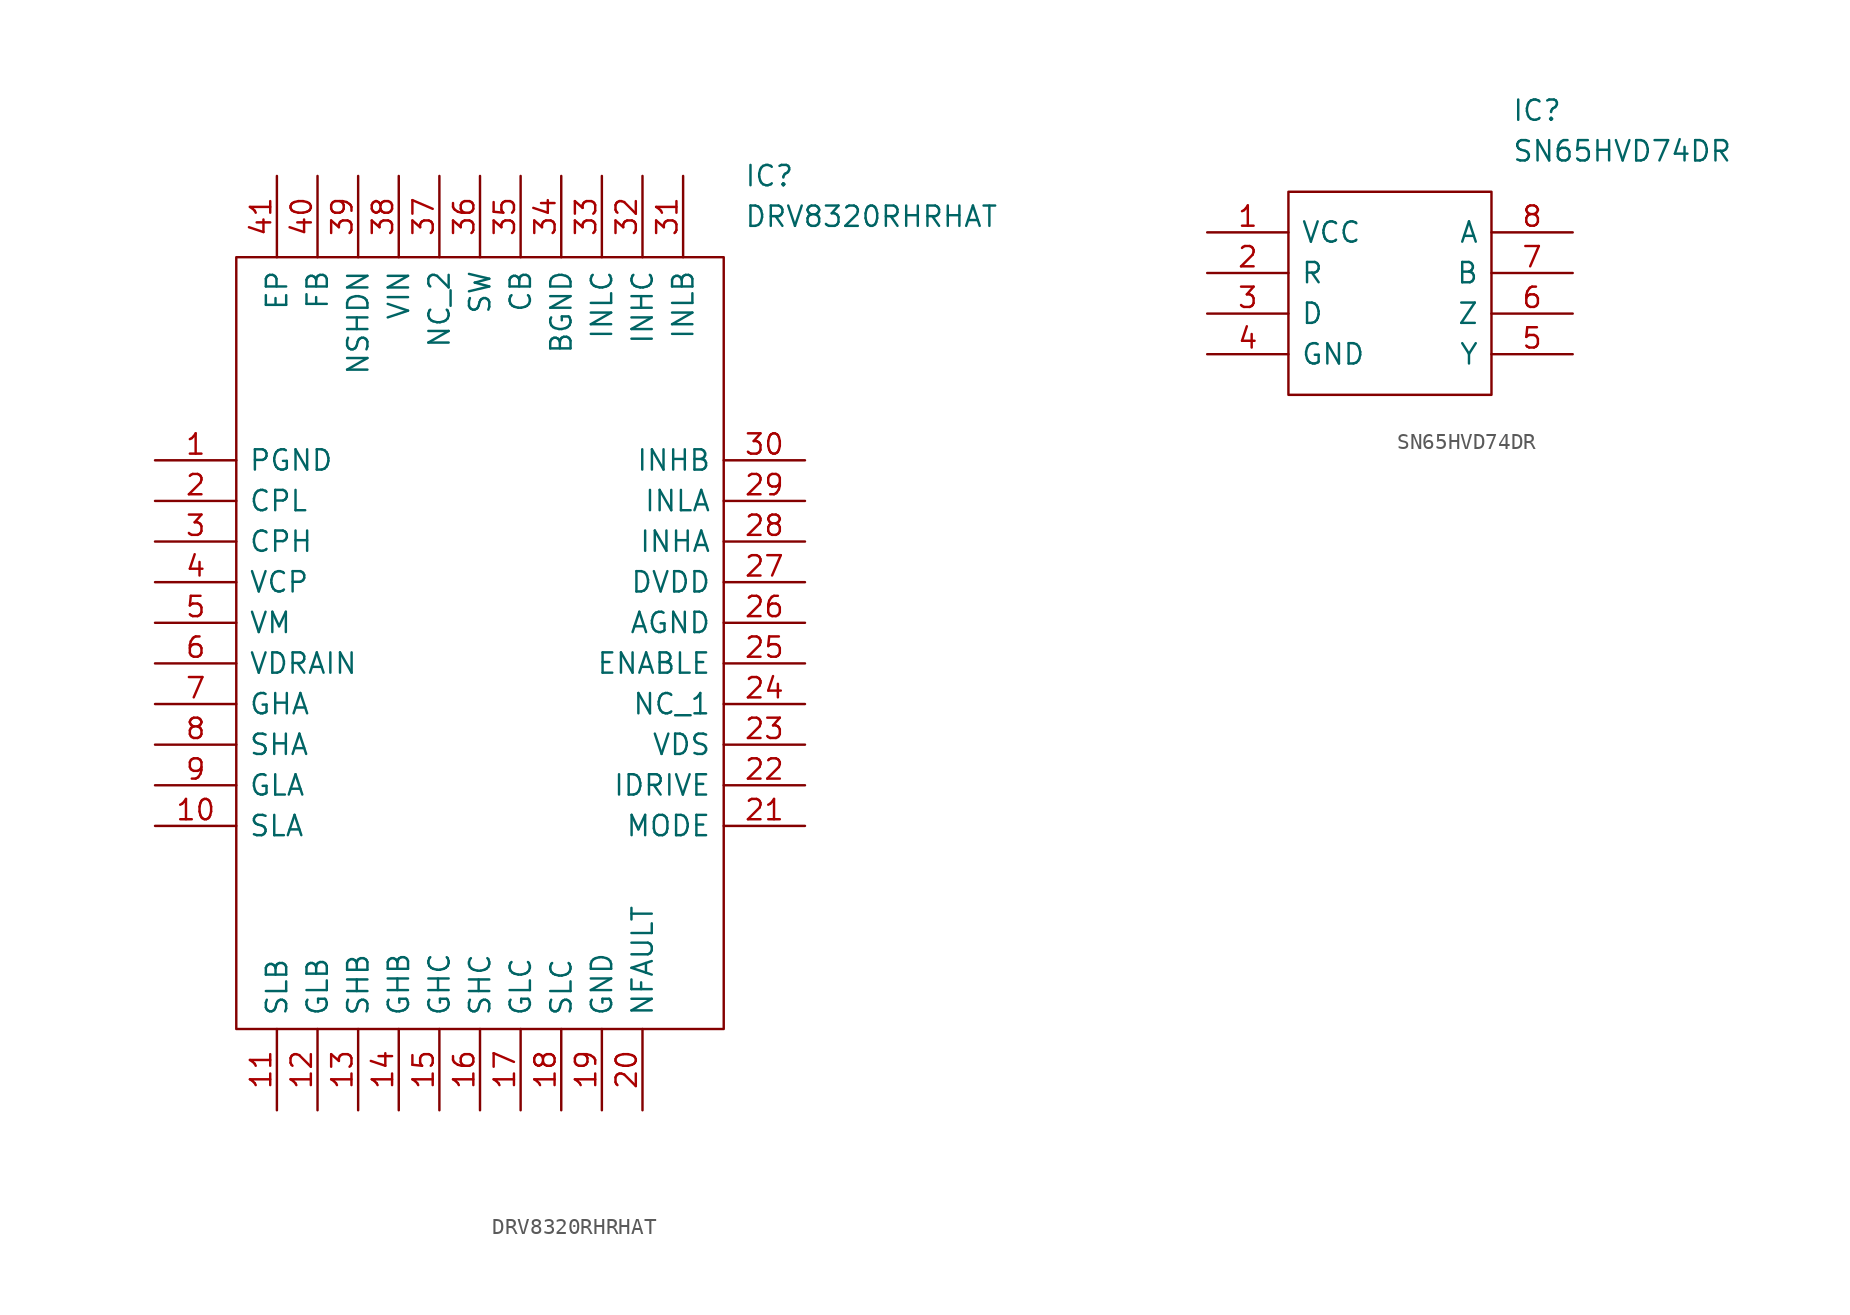
<source format=kicad_sym>
(kicad_symbol_lib
  (version 20211014)
  (generator kicad_symbol_editor)
  (symbol "DRV8320RHRHAT"
    (pin_names
      (offset 0.762))
    (property "Reference" "IC"
      (at 36.83 17.78 0)
      (effects (font (size 1.27 1.27)) (justify left)))
    (property "Value" "DRV8320RHRHAT"
      (at 36.83 15.24 0)
      (effects (font (size 1.27 1.27)) (justify left)))
    (symbol "DRV8320RHRHAT_0_0"
      (pin passive line (at 0 0 0) (length 5.08) (name "PGND" (effects (font (size 1.27 1.27)))) (number "1" (effects (font (size 1.27 1.27)))))
      (pin passive line (at 0 -22.86 0) (length 5.08) (name "SLA" (effects (font (size 1.27 1.27)))) (number "10" (effects (font (size 1.27 1.27)))))
      (pin passive line (at 7.62 -40.64 90) (length 5.08) (name "SLB" (effects (font (size 1.27 1.27)))) (number "11" (effects (font (size 1.27 1.27)))))
      (pin passive line (at 10.16 -40.64 90) (length 5.08) (name "GLB" (effects (font (size 1.27 1.27)))) (number "12" (effects (font (size 1.27 1.27)))))
      (pin passive line (at 12.7 -40.64 90) (length 5.08) (name "SHB" (effects (font (size 1.27 1.27)))) (number "13" (effects (font (size 1.27 1.27)))))
      (pin passive line (at 15.24 -40.64 90) (length 5.08) (name "GHB" (effects (font (size 1.27 1.27)))) (number "14" (effects (font (size 1.27 1.27)))))
      (pin passive line (at 17.78 -40.64 90) (length 5.08) (name "GHC" (effects (font (size 1.27 1.27)))) (number "15" (effects (font (size 1.27 1.27)))))
      (pin passive line (at 20.32 -40.64 90) (length 5.08) (name "SHC" (effects (font (size 1.27 1.27)))) (number "16" (effects (font (size 1.27 1.27)))))
      (pin passive line (at 22.86 -40.64 90) (length 5.08) (name "GLC" (effects (font (size 1.27 1.27)))) (number "17" (effects (font (size 1.27 1.27)))))
      (pin passive line (at 25.4 -40.64 90) (length 5.08) (name "SLC" (effects (font (size 1.27 1.27)))) (number "18" (effects (font (size 1.27 1.27)))))
      (pin passive line (at 27.94 -40.64 90) (length 5.08) (name "GND" (effects (font (size 1.27 1.27)))) (number "19" (effects (font (size 1.27 1.27)))))
      (pin passive line (at 0 -2.54 0) (length 5.08) (name "CPL" (effects (font (size 1.27 1.27)))) (number "2" (effects (font (size 1.27 1.27)))))
      (pin passive line (at 30.48 -40.64 90) (length 5.08) (name "NFAULT" (effects (font (size 1.27 1.27)))) (number "20" (effects (font (size 1.27 1.27)))))
      (pin passive line (at 40.64 -22.86 180) (length 5.08) (name "MODE" (effects (font (size 1.27 1.27)))) (number "21" (effects (font (size 1.27 1.27)))))
      (pin passive line (at 40.64 -20.32 180) (length 5.08) (name "IDRIVE" (effects (font (size 1.27 1.27)))) (number "22" (effects (font (size 1.27 1.27)))))
      (pin passive line (at 40.64 -17.78 180) (length 5.08) (name "VDS" (effects (font (size 1.27 1.27)))) (number "23" (effects (font (size 1.27 1.27)))))
      (pin passive line (at 40.64 -15.24 180) (length 5.08) (name "NC_1" (effects (font (size 1.27 1.27)))) (number "24" (effects (font (size 1.27 1.27)))))
      (pin passive line (at 40.64 -12.7 180) (length 5.08) (name "ENABLE" (effects (font (size 1.27 1.27)))) (number "25" (effects (font (size 1.27 1.27)))))
      (pin passive line (at 40.64 -10.16 180) (length 5.08) (name "AGND" (effects (font (size 1.27 1.27)))) (number "26" (effects (font (size 1.27 1.27)))))
      (pin passive line (at 40.64 -7.62 180) (length 5.08) (name "DVDD" (effects (font (size 1.27 1.27)))) (number "27" (effects (font (size 1.27 1.27)))))
      (pin passive line (at 40.64 -5.08 180) (length 5.08) (name "INHA" (effects (font (size 1.27 1.27)))) (number "28" (effects (font (size 1.27 1.27)))))
      (pin passive line (at 40.64 -2.54 180) (length 5.08) (name "INLA" (effects (font (size 1.27 1.27)))) (number "29" (effects (font (size 1.27 1.27)))))
      (pin passive line (at 0 -5.08 0) (length 5.08) (name "CPH" (effects (font (size 1.27 1.27)))) (number "3" (effects (font (size 1.27 1.27)))))
      (pin passive line (at 40.64 0 180) (length 5.08) (name "INHB" (effects (font (size 1.27 1.27)))) (number "30" (effects (font (size 1.27 1.27)))))
      (pin passive line (at 33.02 17.78 270) (length 5.08) (name "INLB" (effects (font (size 1.27 1.27)))) (number "31" (effects (font (size 1.27 1.27)))))
      (pin passive line (at 30.48 17.78 270) (length 5.08) (name "INHC" (effects (font (size 1.27 1.27)))) (number "32" (effects (font (size 1.27 1.27)))))
      (pin passive line (at 27.94 17.78 270) (length 5.08) (name "INLC" (effects (font (size 1.27 1.27)))) (number "33" (effects (font (size 1.27 1.27)))))
      (pin passive line (at 25.4 17.78 270) (length 5.08) (name "BGND" (effects (font (size 1.27 1.27)))) (number "34" (effects (font (size 1.27 1.27)))))
      (pin passive line (at 22.86 17.78 270) (length 5.08) (name "CB" (effects (font (size 1.27 1.27)))) (number "35" (effects (font (size 1.27 1.27)))))
      (pin passive line (at 20.32 17.78 270) (length 5.08) (name "SW" (effects (font (size 1.27 1.27)))) (number "36" (effects (font (size 1.27 1.27)))))
      (pin passive line (at 17.78 17.78 270) (length 5.08) (name "NC_2" (effects (font (size 1.27 1.27)))) (number "37" (effects (font (size 1.27 1.27)))))
      (pin passive line (at 15.24 17.78 270) (length 5.08) (name "VIN" (effects (font (size 1.27 1.27)))) (number "38" (effects (font (size 1.27 1.27)))))
      (pin passive line (at 12.7 17.78 270) (length 5.08) (name "NSHDN" (effects (font (size 1.27 1.27)))) (number "39" (effects (font (size 1.27 1.27)))))
      (pin passive line (at 0 -7.62 0) (length 5.08) (name "VCP" (effects (font (size 1.27 1.27)))) (number "4" (effects (font (size 1.27 1.27)))))
      (pin passive line (at 10.16 17.78 270) (length 5.08) (name "FB" (effects (font (size 1.27 1.27)))) (number "40" (effects (font (size 1.27 1.27)))))
      (pin passive line (at 7.62 17.78 270) (length 5.08) (name "EP" (effects (font (size 1.27 1.27)))) (number "41" (effects (font (size 1.27 1.27)))))
      (pin passive line (at 0 -10.16 0) (length 5.08) (name "VM" (effects (font (size 1.27 1.27)))) (number "5" (effects (font (size 1.27 1.27)))))
      (pin passive line (at 0 -12.7 0) (length 5.08) (name "VDRAIN" (effects (font (size 1.27 1.27)))) (number "6" (effects (font (size 1.27 1.27)))))
      (pin passive line (at 0 -15.24 0) (length 5.08) (name "GHA" (effects (font (size 1.27 1.27)))) (number "7" (effects (font (size 1.27 1.27)))))
      (pin passive line (at 0 -17.78 0) (length 5.08) (name "SHA" (effects (font (size 1.27 1.27)))) (number "8" (effects (font (size 1.27 1.27)))))
      (pin passive line (at 0 -20.32 0) (length 5.08) (name "GLA" (effects (font (size 1.27 1.27)))) (number "9" (effects (font (size 1.27 1.27))))))
    (symbol "DRV8320RHRHAT_0_1"
      (polyline (pts (xy 5.08 12.7) (xy 35.56 12.7) (xy 35.56 -35.56) (xy 5.08 -35.56) (xy 5.08 12.7)) (stroke (width 0.152) (type default) (color 0 0 0 0)) (fill (type none)))))
  (symbol "SN65HVD74DR"
    (pin_names
      (offset 0.762))
    (property "Reference" "IC"
      (at 19.05 7.62 0)
      (effects (font (size 1.27 1.27)) (justify left)))
    (property "Value" "SN65HVD74DR"
      (at 19.05 5.08 0)
      (effects (font (size 1.27 1.27)) (justify left)))
    (symbol "SN65HVD74DR_0_0"
      (pin passive line (at 0 0 0) (length 5.08) (name "VCC" (effects (font (size 1.27 1.27)))) (number "1" (effects (font (size 1.27 1.27)))))
      (pin passive line (at 0 -2.54 0) (length 5.08) (name "R" (effects (font (size 1.27 1.27)))) (number "2" (effects (font (size 1.27 1.27)))))
      (pin passive line (at 0 -5.08 0) (length 5.08) (name "D" (effects (font (size 1.27 1.27)))) (number "3" (effects (font (size 1.27 1.27)))))
      (pin passive line (at 0 -7.62 0) (length 5.08) (name "GND" (effects (font (size 1.27 1.27)))) (number "4" (effects (font (size 1.27 1.27)))))
      (pin passive line (at 22.86 -7.62 180) (length 5.08) (name "Y" (effects (font (size 1.27 1.27)))) (number "5" (effects (font (size 1.27 1.27)))))
      (pin passive line (at 22.86 -5.08 180) (length 5.08) (name "Z" (effects (font (size 1.27 1.27)))) (number "6" (effects (font (size 1.27 1.27)))))
      (pin passive line (at 22.86 -2.54 180) (length 5.08) (name "B" (effects (font (size 1.27 1.27)))) (number "7" (effects (font (size 1.27 1.27)))))
      (pin passive line (at 22.86 0 180) (length 5.08) (name "A" (effects (font (size 1.27 1.27)))) (number "8" (effects (font (size 1.27 1.27))))))
    (symbol "SN65HVD74DR_0_1"
      (polyline (pts (xy 5.08 2.54) (xy 17.78 2.54) (xy 17.78 -10.16) (xy 5.08 -10.16) (xy 5.08 2.54)) (stroke (width 0.152) (type default) (color 0 0 0 0)) (fill (type none))))))
</source>
